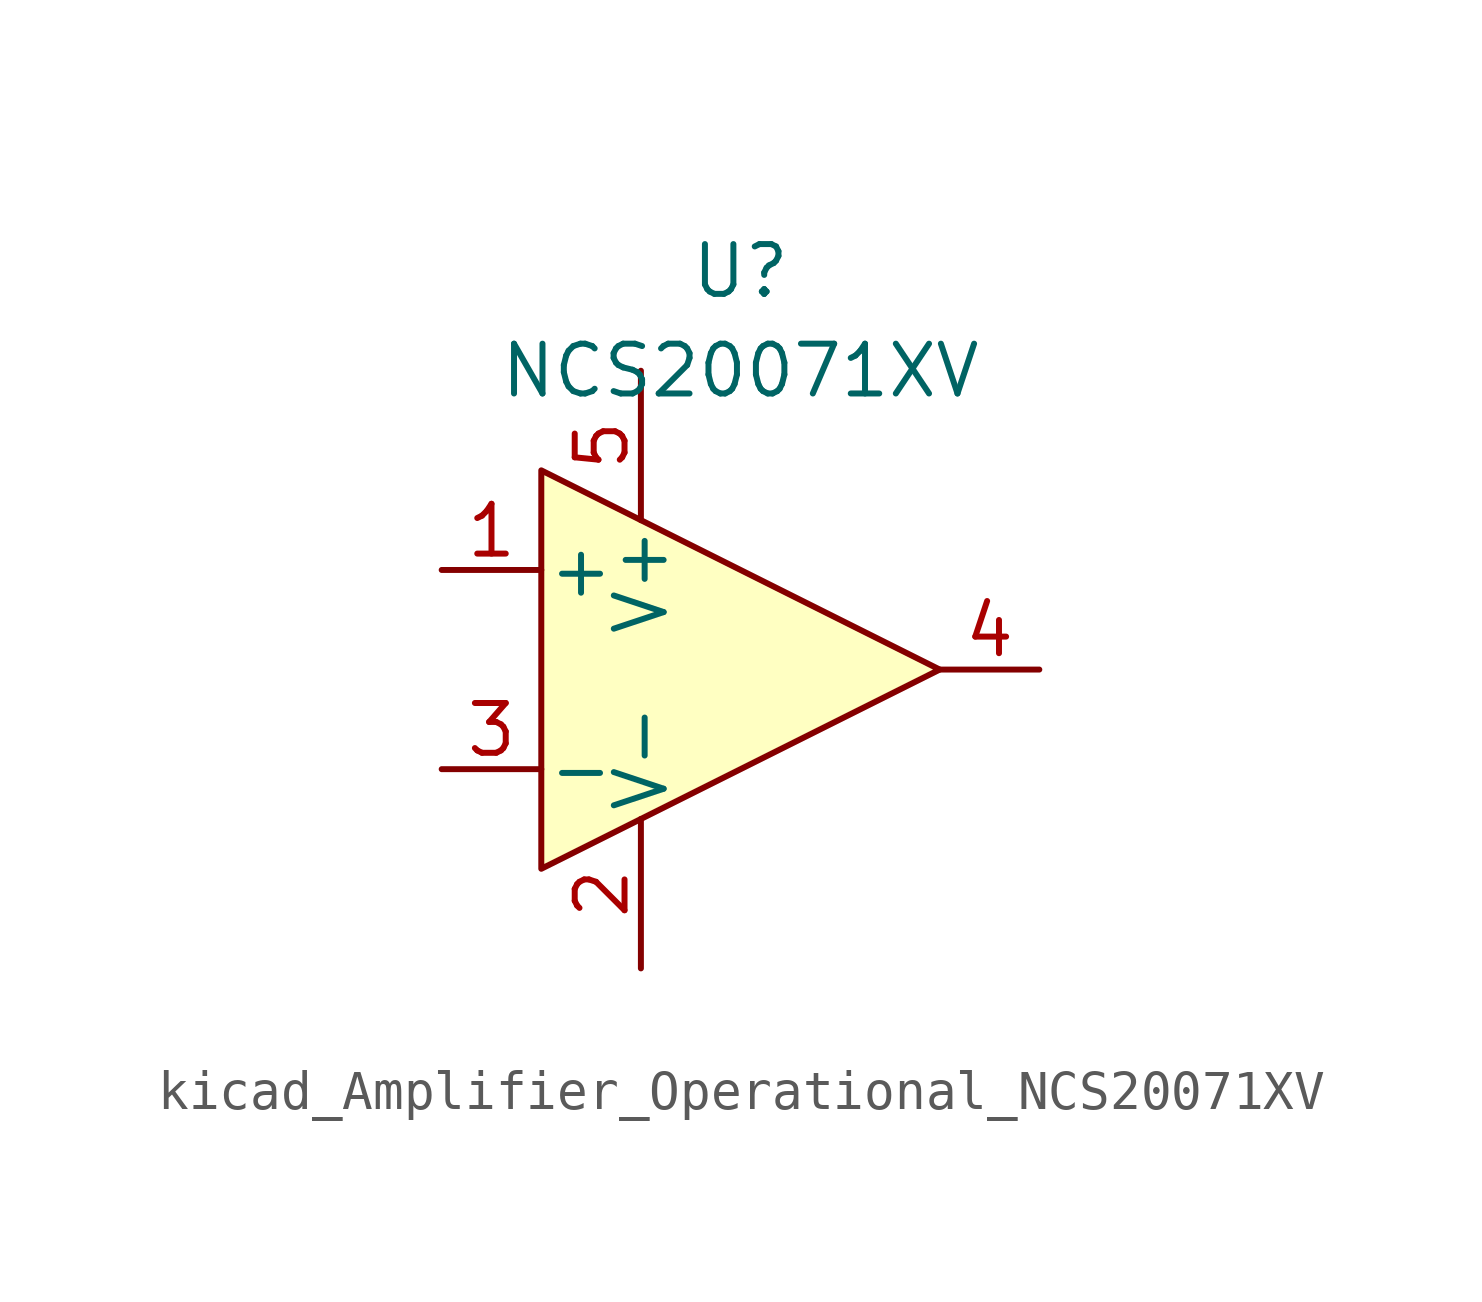
<source format=kicad_sym>
(kicad_symbol_lib
  (version 20220914)
  (generator kicad_symbol_editor)
  (symbol "kicad_Amplifier_Operational_NCS20071XV"
    (pin_names
      (offset 0.127))
    (property "Reference" "U"
      (at 0 10.16 0)
      (effects (font (size 1.27 1.27))))
    (property "Value" "NCS20071XV"
      (at 0 7.62 0)
      (effects (font (size 1.27 1.27))))
    (symbol "kicad_Amplifier_Operational_NCS20071XV_1_1"
      (polyline (pts (xy 5.08 0) (xy -5.08 5.08) (xy -5.08 -5.08) (xy 5.08 0)) (stroke (width 0) (type default)) (fill (type background)))
      (pin input line (at -7.62 2.54 0) (length 2.54) (name "+" (effects (font (size 1.27 1.27)))) (number "1" (effects (font (size 1.27 1.27)))))
      (pin power_in line (at -2.54 -7.62 90) (length 3.81) (name "V-" (effects (font (size 1.27 1.27)))) (number "2" (effects (font (size 1.27 1.27)))))
      (pin input line (at -7.62 -2.54 0) (length 2.54) (name "-" (effects (font (size 1.27 1.27)))) (number "3" (effects (font (size 1.27 1.27)))))
      (pin output line (at 7.62 0 180) (length 2.54) (name "~" (effects (font (size 1.27 1.27)))) (number "4" (effects (font (size 1.27 1.27)))))
      (pin power_in line (at -2.54 7.62 270) (length 3.81) (name "V+" (effects (font (size 1.27 1.27)))) (number "5" (effects (font (size 1.27 1.27))))))))
</source>
